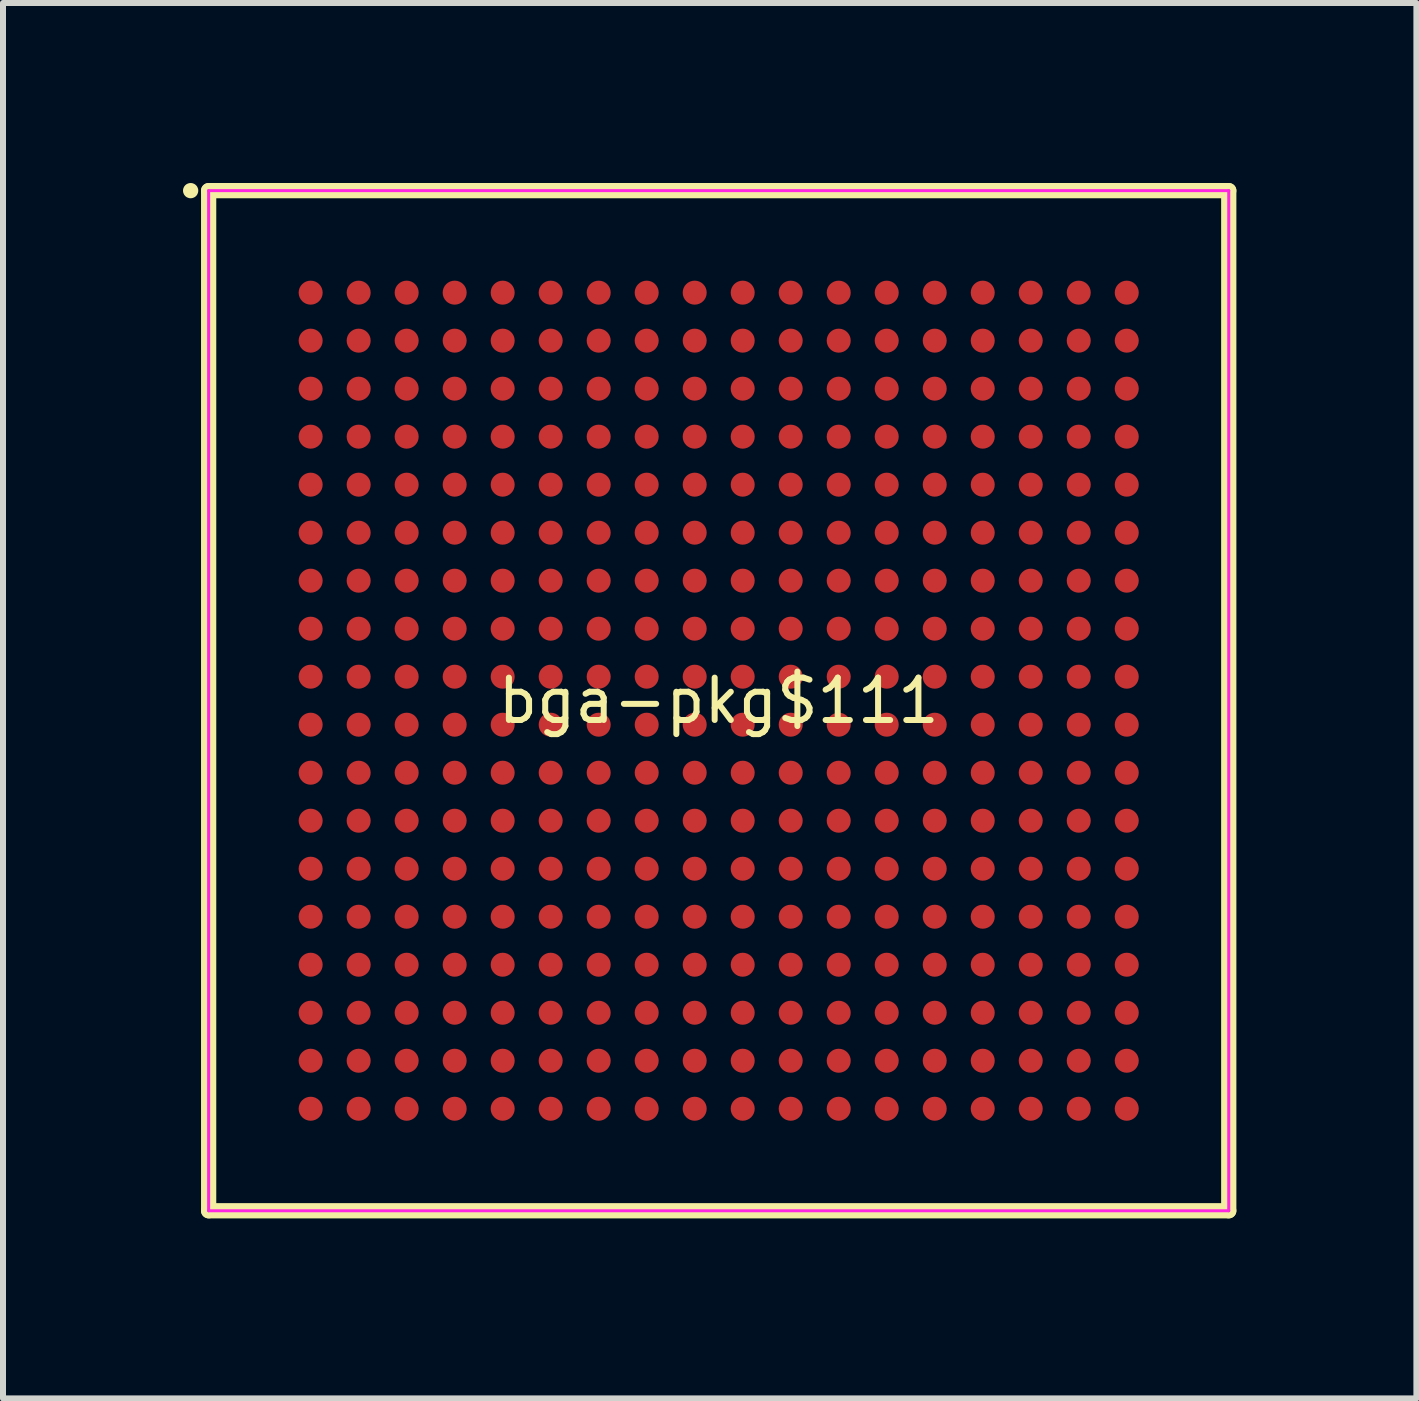
<source format=kicad_pcb>
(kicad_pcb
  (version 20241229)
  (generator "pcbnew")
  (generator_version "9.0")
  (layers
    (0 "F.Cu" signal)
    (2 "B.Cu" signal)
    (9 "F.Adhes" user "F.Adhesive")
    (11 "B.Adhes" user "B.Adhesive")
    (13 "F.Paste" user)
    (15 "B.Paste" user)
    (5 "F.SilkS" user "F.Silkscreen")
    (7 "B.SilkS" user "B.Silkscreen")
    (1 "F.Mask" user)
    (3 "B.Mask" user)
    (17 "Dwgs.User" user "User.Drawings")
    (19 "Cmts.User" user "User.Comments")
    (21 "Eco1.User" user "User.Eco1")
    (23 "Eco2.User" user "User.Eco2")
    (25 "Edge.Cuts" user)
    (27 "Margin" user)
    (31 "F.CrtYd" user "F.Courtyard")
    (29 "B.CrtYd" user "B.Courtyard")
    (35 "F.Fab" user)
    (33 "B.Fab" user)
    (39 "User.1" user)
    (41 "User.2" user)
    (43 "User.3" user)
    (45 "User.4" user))
  (footprint "bga-pkg$111"
    (layer "F.Cu")
    (at 8.927 8.627)
    (property "Reference" "bga-pkg$111" (at 0 0 0) (layer "F.SilkS") (effects (font (size 0.706 0.706) (thickness 0.1))))
    (attr through_hole)
    (fp_line (start -8.5 -8.5) (end -8.5 8.5) (stroke (width 0.254) (type solid)) (layer "F.SilkS"))
    (fp_line (start -8.5 8.5) (end 8.5 8.5) (stroke (width 0.254) (type solid)) (layer "F.SilkS"))
    (fp_line (start 8.5 -8.5) (end -8.5 -8.5) (stroke (width 0.254) (type solid)) (layer "F.SilkS"))
    (fp_line (start 8.5 8.5) (end 8.5 -8.5) (stroke (width 0.254) (type solid)) (layer "F.SilkS"))
    (fp_poly (pts (xy -8.673 -8.5) (xy -8.675 -8.525) (xy -8.683 -8.549) (xy -8.694 -8.571) (xy -8.71 -8.59) (xy -8.729 -8.606) (xy -8.751 -8.617) (xy -8.775 -8.625) (xy -8.8 -8.627) (xy -8.825 -8.625) (xy -8.849 -8.617) (xy -8.871 -8.606) (xy -8.89 -8.59) (xy -8.906 -8.571) (xy -8.917 -8.549) (xy -8.925 -8.525) (xy -8.927 -8.5) (xy -8.925 -8.475) (xy -8.917 -8.451) (xy -8.906 -8.429) (xy -8.89 -8.41) (xy -8.871 -8.394) (xy -8.849 -8.383) (xy -8.825 -8.375) (xy -8.8 -8.373) (xy -8.775 -8.375) (xy -8.751 -8.383) (xy -8.729 -8.394) (xy -8.71 -8.41) (xy -8.694 -8.429) (xy -8.683 -8.451) (xy -8.675 -8.475)) (stroke (width 0) (type solid)) (fill yes) (layer "F.SilkS"))
    (fp_line (start -8.5 -8.5) (end -8.5 8.5) (stroke (width 0.05) (type solid)) (layer "F.CrtYd"))
    (fp_line (start -8.5 8.5) (end 8.5 8.5) (stroke (width 0.05) (type solid)) (layer "F.CrtYd"))
    (fp_line (start 8.5 -8.5) (end -8.5 -8.5) (stroke (width 0.05) (type solid)) (layer "F.CrtYd"))
    (fp_line (start 8.5 8.5) (end 8.5 -8.5) (stroke (width 0.05) (type solid)) (layer "F.CrtYd"))
    (pad "A1" smd circle (at -6.8 -6.8) (size 0.4 0.4) (layers "F.Cu" "F.Mask" "F.Paste"))
    (pad "A2" smd circle (at -6 -6.8) (size 0.4 0.4) (layers "F.Cu" "F.Mask" "F.Paste"))
    (pad "A3" smd circle (at -5.2 -6.8) (size 0.4 0.4) (layers "F.Cu" "F.Mask" "F.Paste"))
    (pad "A4" smd circle (at -4.4 -6.8) (size 0.4 0.4) (layers "F.Cu" "F.Mask" "F.Paste"))
    (pad "A5" smd circle (at -3.6 -6.8) (size 0.4 0.4) (layers "F.Cu" "F.Mask" "F.Paste"))
    (pad "A6" smd circle (at -2.8 -6.8) (size 0.4 0.4) (layers "F.Cu" "F.Mask" "F.Paste"))
    (pad "A7" smd circle (at -2 -6.8) (size 0.4 0.4) (layers "F.Cu" "F.Mask" "F.Paste"))
    (pad "A8" smd circle (at -1.2 -6.8) (size 0.4 0.4) (layers "F.Cu" "F.Mask" "F.Paste"))
    (pad "A9" smd circle (at -0.4 -6.8) (size 0.4 0.4) (layers "F.Cu" "F.Mask" "F.Paste"))
    (pad "A10" smd circle (at 0.4 -6.8) (size 0.4 0.4) (layers "F.Cu" "F.Mask" "F.Paste"))
    (pad "A11" smd circle (at 1.2 -6.8) (size 0.4 0.4) (layers "F.Cu" "F.Mask" "F.Paste"))
    (pad "A12" smd circle (at 2 -6.8) (size 0.4 0.4) (layers "F.Cu" "F.Mask" "F.Paste"))
    (pad "A13" smd circle (at 2.8 -6.8) (size 0.4 0.4) (layers "F.Cu" "F.Mask" "F.Paste"))
    (pad "A14" smd circle (at 3.6 -6.8) (size 0.4 0.4) (layers "F.Cu" "F.Mask" "F.Paste"))
    (pad "A15" smd circle (at 4.4 -6.8) (size 0.4 0.4) (layers "F.Cu" "F.Mask" "F.Paste"))
    (pad "A16" smd circle (at 5.2 -6.8) (size 0.4 0.4) (layers "F.Cu" "F.Mask" "F.Paste"))
    (pad "A17" smd circle (at 6 -6.8) (size 0.4 0.4) (layers "F.Cu" "F.Mask" "F.Paste"))
    (pad "A18" smd circle (at 6.8 -6.8) (size 0.4 0.4) (layers "F.Cu" "F.Mask" "F.Paste"))
    (pad "B1" smd circle (at -6.8 -6) (size 0.4 0.4) (layers "F.Cu" "F.Mask" "F.Paste"))
    (pad "B2" smd circle (at -6 -6) (size 0.4 0.4) (layers "F.Cu" "F.Mask" "F.Paste"))
    (pad "B3" smd circle (at -5.2 -6) (size 0.4 0.4) (layers "F.Cu" "F.Mask" "F.Paste"))
    (pad "B4" smd circle (at -4.4 -6) (size 0.4 0.4) (layers "F.Cu" "F.Mask" "F.Paste"))
    (pad "B5" smd circle (at -3.6 -6) (size 0.4 0.4) (layers "F.Cu" "F.Mask" "F.Paste"))
    (pad "B6" smd circle (at -2.8 -6) (size 0.4 0.4) (layers "F.Cu" "F.Mask" "F.Paste"))
    (pad "B7" smd circle (at -2 -6) (size 0.4 0.4) (layers "F.Cu" "F.Mask" "F.Paste"))
    (pad "B8" smd circle (at -1.2 -6) (size 0.4 0.4) (layers "F.Cu" "F.Mask" "F.Paste"))
    (pad "B9" smd circle (at -0.4 -6) (size 0.4 0.4) (layers "F.Cu" "F.Mask" "F.Paste"))
    (pad "B10" smd circle (at 0.4 -6) (size 0.4 0.4) (layers "F.Cu" "F.Mask" "F.Paste"))
    (pad "B11" smd circle (at 1.2 -6) (size 0.4 0.4) (layers "F.Cu" "F.Mask" "F.Paste"))
    (pad "B12" smd circle (at 2 -6) (size 0.4 0.4) (layers "F.Cu" "F.Mask" "F.Paste"))
    (pad "B13" smd circle (at 2.8 -6) (size 0.4 0.4) (layers "F.Cu" "F.Mask" "F.Paste"))
    (pad "B14" smd circle (at 3.6 -6) (size 0.4 0.4) (layers "F.Cu" "F.Mask" "F.Paste"))
    (pad "B15" smd circle (at 4.4 -6) (size 0.4 0.4) (layers "F.Cu" "F.Mask" "F.Paste"))
    (pad "B16" smd circle (at 5.2 -6) (size 0.4 0.4) (layers "F.Cu" "F.Mask" "F.Paste"))
    (pad "B17" smd circle (at 6 -6) (size 0.4 0.4) (layers "F.Cu" "F.Mask" "F.Paste"))
    (pad "B18" smd circle (at 6.8 -6) (size 0.4 0.4) (layers "F.Cu" "F.Mask" "F.Paste"))
    (pad "C1" smd circle (at -6.8 -5.2) (size 0.4 0.4) (layers "F.Cu" "F.Mask" "F.Paste"))
    (pad "C2" smd circle (at -6 -5.2) (size 0.4 0.4) (layers "F.Cu" "F.Mask" "F.Paste"))
    (pad "C3" smd circle (at -5.2 -5.2) (size 0.4 0.4) (layers "F.Cu" "F.Mask" "F.Paste"))
    (pad "C4" smd circle (at -4.4 -5.2) (size 0.4 0.4) (layers "F.Cu" "F.Mask" "F.Paste"))
    (pad "C5" smd circle (at -3.6 -5.2) (size 0.4 0.4) (layers "F.Cu" "F.Mask" "F.Paste"))
    (pad "C6" smd circle (at -2.8 -5.2) (size 0.4 0.4) (layers "F.Cu" "F.Mask" "F.Paste"))
    (pad "C7" smd circle (at -2 -5.2) (size 0.4 0.4) (layers "F.Cu" "F.Mask" "F.Paste"))
    (pad "C8" smd circle (at -1.2 -5.2) (size 0.4 0.4) (layers "F.Cu" "F.Mask" "F.Paste"))
    (pad "C9" smd circle (at -0.4 -5.2) (size 0.4 0.4) (layers "F.Cu" "F.Mask" "F.Paste"))
    (pad "C10" smd circle (at 0.4 -5.2) (size 0.4 0.4) (layers "F.Cu" "F.Mask" "F.Paste"))
    (pad "C11" smd circle (at 1.2 -5.2) (size 0.4 0.4) (layers "F.Cu" "F.Mask" "F.Paste"))
    (pad "C12" smd circle (at 2 -5.2) (size 0.4 0.4) (layers "F.Cu" "F.Mask" "F.Paste"))
    (pad "C13" smd circle (at 2.8 -5.2) (size 0.4 0.4) (layers "F.Cu" "F.Mask" "F.Paste"))
    (pad "C14" smd circle (at 3.6 -5.2) (size 0.4 0.4) (layers "F.Cu" "F.Mask" "F.Paste"))
    (pad "C15" smd circle (at 4.4 -5.2) (size 0.4 0.4) (layers "F.Cu" "F.Mask" "F.Paste"))
    (pad "C16" smd circle (at 5.2 -5.2) (size 0.4 0.4) (layers "F.Cu" "F.Mask" "F.Paste"))
    (pad "C17" smd circle (at 6 -5.2) (size 0.4 0.4) (layers "F.Cu" "F.Mask" "F.Paste"))
    (pad "C18" smd circle (at 6.8 -5.2) (size 0.4 0.4) (layers "F.Cu" "F.Mask" "F.Paste"))
    (pad "D1" smd circle (at -6.8 -4.4) (size 0.4 0.4) (layers "F.Cu" "F.Mask" "F.Paste"))
    (pad "D2" smd circle (at -6 -4.4) (size 0.4 0.4) (layers "F.Cu" "F.Mask" "F.Paste"))
    (pad "D3" smd circle (at -5.2 -4.4) (size 0.4 0.4) (layers "F.Cu" "F.Mask" "F.Paste"))
    (pad "D4" smd circle (at -4.4 -4.4) (size 0.4 0.4) (layers "F.Cu" "F.Mask" "F.Paste"))
    (pad "D5" smd circle (at -3.6 -4.4) (size 0.4 0.4) (layers "F.Cu" "F.Mask" "F.Paste"))
    (pad "D6" smd circle (at -2.8 -4.4) (size 0.4 0.4) (layers "F.Cu" "F.Mask" "F.Paste"))
    (pad "D7" smd circle (at -2 -4.4) (size 0.4 0.4) (layers "F.Cu" "F.Mask" "F.Paste"))
    (pad "D8" smd circle (at -1.2 -4.4) (size 0.4 0.4) (layers "F.Cu" "F.Mask" "F.Paste"))
    (pad "D9" smd circle (at -0.4 -4.4) (size 0.4 0.4) (layers "F.Cu" "F.Mask" "F.Paste"))
    (pad "D10" smd circle (at 0.4 -4.4) (size 0.4 0.4) (layers "F.Cu" "F.Mask" "F.Paste"))
    (pad "D11" smd circle (at 1.2 -4.4) (size 0.4 0.4) (layers "F.Cu" "F.Mask" "F.Paste"))
    (pad "D12" smd circle (at 2 -4.4) (size 0.4 0.4) (layers "F.Cu" "F.Mask" "F.Paste"))
    (pad "D13" smd circle (at 2.8 -4.4) (size 0.4 0.4) (layers "F.Cu" "F.Mask" "F.Paste"))
    (pad "D14" smd circle (at 3.6 -4.4) (size 0.4 0.4) (layers "F.Cu" "F.Mask" "F.Paste"))
    (pad "D15" smd circle (at 4.4 -4.4) (size 0.4 0.4) (layers "F.Cu" "F.Mask" "F.Paste"))
    (pad "D16" smd circle (at 5.2 -4.4) (size 0.4 0.4) (layers "F.Cu" "F.Mask" "F.Paste"))
    (pad "D17" smd circle (at 6 -4.4) (size 0.4 0.4) (layers "F.Cu" "F.Mask" "F.Paste"))
    (pad "D18" smd circle (at 6.8 -4.4) (size 0.4 0.4) (layers "F.Cu" "F.Mask" "F.Paste"))
    (pad "E1" smd circle (at -6.8 -3.6) (size 0.4 0.4) (layers "F.Cu" "F.Mask" "F.Paste"))
    (pad "E2" smd circle (at -6 -3.6) (size 0.4 0.4) (layers "F.Cu" "F.Mask" "F.Paste"))
    (pad "E3" smd circle (at -5.2 -3.6) (size 0.4 0.4) (layers "F.Cu" "F.Mask" "F.Paste"))
    (pad "E4" smd circle (at -4.4 -3.6) (size 0.4 0.4) (layers "F.Cu" "F.Mask" "F.Paste"))
    (pad "E5" smd circle (at -3.6 -3.6) (size 0.4 0.4) (layers "F.Cu" "F.Mask" "F.Paste"))
    (pad "E6" smd circle (at -2.8 -3.6) (size 0.4 0.4) (layers "F.Cu" "F.Mask" "F.Paste"))
    (pad "E7" smd circle (at -2 -3.6) (size 0.4 0.4) (layers "F.Cu" "F.Mask" "F.Paste"))
    (pad "E8" smd circle (at -1.2 -3.6) (size 0.4 0.4) (layers "F.Cu" "F.Mask" "F.Paste"))
    (pad "E9" smd circle (at -0.4 -3.6) (size 0.4 0.4) (layers "F.Cu" "F.Mask" "F.Paste"))
    (pad "E10" smd circle (at 0.4 -3.6) (size 0.4 0.4) (layers "F.Cu" "F.Mask" "F.Paste"))
    (pad "E11" smd circle (at 1.2 -3.6) (size 0.4 0.4) (layers "F.Cu" "F.Mask" "F.Paste"))
    (pad "E12" smd circle (at 2 -3.6) (size 0.4 0.4) (layers "F.Cu" "F.Mask" "F.Paste"))
    (pad "E13" smd circle (at 2.8 -3.6) (size 0.4 0.4) (layers "F.Cu" "F.Mask" "F.Paste"))
    (pad "E14" smd circle (at 3.6 -3.6) (size 0.4 0.4) (layers "F.Cu" "F.Mask" "F.Paste"))
    (pad "E15" smd circle (at 4.4 -3.6) (size 0.4 0.4) (layers "F.Cu" "F.Mask" "F.Paste"))
    (pad "E16" smd circle (at 5.2 -3.6) (size 0.4 0.4) (layers "F.Cu" "F.Mask" "F.Paste"))
    (pad "E17" smd circle (at 6 -3.6) (size 0.4 0.4) (layers "F.Cu" "F.Mask" "F.Paste"))
    (pad "E18" smd circle (at 6.8 -3.6) (size 0.4 0.4) (layers "F.Cu" "F.Mask" "F.Paste"))
    (pad "F1" smd circle (at -6.8 -2.8) (size 0.4 0.4) (layers "F.Cu" "F.Mask" "F.Paste"))
    (pad "F2" smd circle (at -6 -2.8) (size 0.4 0.4) (layers "F.Cu" "F.Mask" "F.Paste"))
    (pad "F3" smd circle (at -5.2 -2.8) (size 0.4 0.4) (layers "F.Cu" "F.Mask" "F.Paste"))
    (pad "F4" smd circle (at -4.4 -2.8) (size 0.4 0.4) (layers "F.Cu" "F.Mask" "F.Paste"))
    (pad "F5" smd circle (at -3.6 -2.8) (size 0.4 0.4) (layers "F.Cu" "F.Mask" "F.Paste"))
    (pad "F6" smd circle (at -2.8 -2.8) (size 0.4 0.4) (layers "F.Cu" "F.Mask" "F.Paste"))
    (pad "F7" smd circle (at -2 -2.8) (size 0.4 0.4) (layers "F.Cu" "F.Mask" "F.Paste"))
    (pad "F8" smd circle (at -1.2 -2.8) (size 0.4 0.4) (layers "F.Cu" "F.Mask" "F.Paste"))
    (pad "F9" smd circle (at -0.4 -2.8) (size 0.4 0.4) (layers "F.Cu" "F.Mask" "F.Paste"))
    (pad "F10" smd circle (at 0.4 -2.8) (size 0.4 0.4) (layers "F.Cu" "F.Mask" "F.Paste"))
    (pad "F11" smd circle (at 1.2 -2.8) (size 0.4 0.4) (layers "F.Cu" "F.Mask" "F.Paste"))
    (pad "F12" smd circle (at 2 -2.8) (size 0.4 0.4) (layers "F.Cu" "F.Mask" "F.Paste"))
    (pad "F13" smd circle (at 2.8 -2.8) (size 0.4 0.4) (layers "F.Cu" "F.Mask" "F.Paste"))
    (pad "F14" smd circle (at 3.6 -2.8) (size 0.4 0.4) (layers "F.Cu" "F.Mask" "F.Paste"))
    (pad "F15" smd circle (at 4.4 -2.8) (size 0.4 0.4) (layers "F.Cu" "F.Mask" "F.Paste"))
    (pad "F16" smd circle (at 5.2 -2.8) (size 0.4 0.4) (layers "F.Cu" "F.Mask" "F.Paste"))
    (pad "F17" smd circle (at 6 -2.8) (size 0.4 0.4) (layers "F.Cu" "F.Mask" "F.Paste"))
    (pad "F18" smd circle (at 6.8 -2.8) (size 0.4 0.4) (layers "F.Cu" "F.Mask" "F.Paste"))
    (pad "G1" smd circle (at -6.8 -2) (size 0.4 0.4) (layers "F.Cu" "F.Mask" "F.Paste"))
    (pad "G2" smd circle (at -6 -2) (size 0.4 0.4) (layers "F.Cu" "F.Mask" "F.Paste"))
    (pad "G3" smd circle (at -5.2 -2) (size 0.4 0.4) (layers "F.Cu" "F.Mask" "F.Paste"))
    (pad "G4" smd circle (at -4.4 -2) (size 0.4 0.4) (layers "F.Cu" "F.Mask" "F.Paste"))
    (pad "G5" smd circle (at -3.6 -2) (size 0.4 0.4) (layers "F.Cu" "F.Mask" "F.Paste"))
    (pad "G6" smd circle (at -2.8 -2) (size 0.4 0.4) (layers "F.Cu" "F.Mask" "F.Paste"))
    (pad "G7" smd circle (at -2 -2) (size 0.4 0.4) (layers "F.Cu" "F.Mask" "F.Paste"))
    (pad "G8" smd circle (at -1.2 -2) (size 0.4 0.4) (layers "F.Cu" "F.Mask" "F.Paste"))
    (pad "G9" smd circle (at -0.4 -2) (size 0.4 0.4) (layers "F.Cu" "F.Mask" "F.Paste"))
    (pad "G10" smd circle (at 0.4 -2) (size 0.4 0.4) (layers "F.Cu" "F.Mask" "F.Paste"))
    (pad "G11" smd circle (at 1.2 -2) (size 0.4 0.4) (layers "F.Cu" "F.Mask" "F.Paste"))
    (pad "G12" smd circle (at 2 -2) (size 0.4 0.4) (layers "F.Cu" "F.Mask" "F.Paste"))
    (pad "G13" smd circle (at 2.8 -2) (size 0.4 0.4) (layers "F.Cu" "F.Mask" "F.Paste"))
    (pad "G14" smd circle (at 3.6 -2) (size 0.4 0.4) (layers "F.Cu" "F.Mask" "F.Paste"))
    (pad "G15" smd circle (at 4.4 -2) (size 0.4 0.4) (layers "F.Cu" "F.Mask" "F.Paste"))
    (pad "G16" smd circle (at 5.2 -2) (size 0.4 0.4) (layers "F.Cu" "F.Mask" "F.Paste"))
    (pad "G17" smd circle (at 6 -2) (size 0.4 0.4) (layers "F.Cu" "F.Mask" "F.Paste"))
    (pad "G18" smd circle (at 6.8 -2) (size 0.4 0.4) (layers "F.Cu" "F.Mask" "F.Paste"))
    (pad "H1" smd circle (at -6.8 -1.2) (size 0.4 0.4) (layers "F.Cu" "F.Mask" "F.Paste"))
    (pad "H2" smd circle (at -6 -1.2) (size 0.4 0.4) (layers "F.Cu" "F.Mask" "F.Paste"))
    (pad "H3" smd circle (at -5.2 -1.2) (size 0.4 0.4) (layers "F.Cu" "F.Mask" "F.Paste"))
    (pad "H4" smd circle (at -4.4 -1.2) (size 0.4 0.4) (layers "F.Cu" "F.Mask" "F.Paste"))
    (pad "H5" smd circle (at -3.6 -1.2) (size 0.4 0.4) (layers "F.Cu" "F.Mask" "F.Paste"))
    (pad "H6" smd circle (at -2.8 -1.2) (size 0.4 0.4) (layers "F.Cu" "F.Mask" "F.Paste"))
    (pad "H7" smd circle (at -2 -1.2) (size 0.4 0.4) (layers "F.Cu" "F.Mask" "F.Paste"))
    (pad "H8" smd circle (at -1.2 -1.2) (size 0.4 0.4) (layers "F.Cu" "F.Mask" "F.Paste"))
    (pad "H9" smd circle (at -0.4 -1.2) (size 0.4 0.4) (layers "F.Cu" "F.Mask" "F.Paste"))
    (pad "H10" smd circle (at 0.4 -1.2) (size 0.4 0.4) (layers "F.Cu" "F.Mask" "F.Paste"))
    (pad "H11" smd circle (at 1.2 -1.2) (size 0.4 0.4) (layers "F.Cu" "F.Mask" "F.Paste"))
    (pad "H12" smd circle (at 2 -1.2) (size 0.4 0.4) (layers "F.Cu" "F.Mask" "F.Paste"))
    (pad "H13" smd circle (at 2.8 -1.2) (size 0.4 0.4) (layers "F.Cu" "F.Mask" "F.Paste"))
    (pad "H14" smd circle (at 3.6 -1.2) (size 0.4 0.4) (layers "F.Cu" "F.Mask" "F.Paste"))
    (pad "H15" smd circle (at 4.4 -1.2) (size 0.4 0.4) (layers "F.Cu" "F.Mask" "F.Paste"))
    (pad "H16" smd circle (at 5.2 -1.2) (size 0.4 0.4) (layers "F.Cu" "F.Mask" "F.Paste"))
    (pad "H17" smd circle (at 6 -1.2) (size 0.4 0.4) (layers "F.Cu" "F.Mask" "F.Paste"))
    (pad "H18" smd circle (at 6.8 -1.2) (size 0.4 0.4) (layers "F.Cu" "F.Mask" "F.Paste"))
    (pad "J1" smd circle (at -6.8 -0.4) (size 0.4 0.4) (layers "F.Cu" "F.Mask" "F.Paste"))
    (pad "J2" smd circle (at -6 -0.4) (size 0.4 0.4) (layers "F.Cu" "F.Mask" "F.Paste"))
    (pad "J3" smd circle (at -5.2 -0.4) (size 0.4 0.4) (layers "F.Cu" "F.Mask" "F.Paste"))
    (pad "J4" smd circle (at -4.4 -0.4) (size 0.4 0.4) (layers "F.Cu" "F.Mask" "F.Paste"))
    (pad "J5" smd circle (at -3.6 -0.4) (size 0.4 0.4) (layers "F.Cu" "F.Mask" "F.Paste"))
    (pad "J6" smd circle (at -2.8 -0.4) (size 0.4 0.4) (layers "F.Cu" "F.Mask" "F.Paste"))
    (pad "J7" smd circle (at -2 -0.4) (size 0.4 0.4) (layers "F.Cu" "F.Mask" "F.Paste"))
    (pad "J8" smd circle (at -1.2 -0.4) (size 0.4 0.4) (layers "F.Cu" "F.Mask" "F.Paste"))
    (pad "J9" smd circle (at -0.4 -0.4) (size 0.4 0.4) (layers "F.Cu" "F.Mask" "F.Paste"))
    (pad "J10" smd circle (at 0.4 -0.4) (size 0.4 0.4) (layers "F.Cu" "F.Mask" "F.Paste"))
    (pad "J11" smd circle (at 1.2 -0.4) (size 0.4 0.4) (layers "F.Cu" "F.Mask" "F.Paste"))
    (pad "J12" smd circle (at 2 -0.4) (size 0.4 0.4) (layers "F.Cu" "F.Mask" "F.Paste"))
    (pad "J13" smd circle (at 2.8 -0.4) (size 0.4 0.4) (layers "F.Cu" "F.Mask" "F.Paste"))
    (pad "J14" smd circle (at 3.6 -0.4) (size 0.4 0.4) (layers "F.Cu" "F.Mask" "F.Paste"))
    (pad "J15" smd circle (at 4.4 -0.4) (size 0.4 0.4) (layers "F.Cu" "F.Mask" "F.Paste"))
    (pad "J16" smd circle (at 5.2 -0.4) (size 0.4 0.4) (layers "F.Cu" "F.Mask" "F.Paste"))
    (pad "J17" smd circle (at 6 -0.4) (size 0.4 0.4) (layers "F.Cu" "F.Mask" "F.Paste"))
    (pad "J18" smd circle (at 6.8 -0.4) (size 0.4 0.4) (layers "F.Cu" "F.Mask" "F.Paste"))
    (pad "K1" smd circle (at -6.8 0.4) (size 0.4 0.4) (layers "F.Cu" "F.Mask" "F.Paste"))
    (pad "K2" smd circle (at -6 0.4) (size 0.4 0.4) (layers "F.Cu" "F.Mask" "F.Paste"))
    (pad "K3" smd circle (at -5.2 0.4) (size 0.4 0.4) (layers "F.Cu" "F.Mask" "F.Paste"))
    (pad "K4" smd circle (at -4.4 0.4) (size 0.4 0.4) (layers "F.Cu" "F.Mask" "F.Paste"))
    (pad "K5" smd circle (at -3.6 0.4) (size 0.4 0.4) (layers "F.Cu" "F.Mask" "F.Paste"))
    (pad "K6" smd circle (at -2.8 0.4) (size 0.4 0.4) (layers "F.Cu" "F.Mask" "F.Paste"))
    (pad "K7" smd circle (at -2 0.4) (size 0.4 0.4) (layers "F.Cu" "F.Mask" "F.Paste"))
    (pad "K8" smd circle (at -1.2 0.4) (size 0.4 0.4) (layers "F.Cu" "F.Mask" "F.Paste"))
    (pad "K9" smd circle (at -0.4 0.4) (size 0.4 0.4) (layers "F.Cu" "F.Mask" "F.Paste"))
    (pad "K10" smd circle (at 0.4 0.4) (size 0.4 0.4) (layers "F.Cu" "F.Mask" "F.Paste"))
    (pad "K11" smd circle (at 1.2 0.4) (size 0.4 0.4) (layers "F.Cu" "F.Mask" "F.Paste"))
    (pad "K12" smd circle (at 2 0.4) (size 0.4 0.4) (layers "F.Cu" "F.Mask" "F.Paste"))
    (pad "K13" smd circle (at 2.8 0.4) (size 0.4 0.4) (layers "F.Cu" "F.Mask" "F.Paste"))
    (pad "K14" smd circle (at 3.6 0.4) (size 0.4 0.4) (layers "F.Cu" "F.Mask" "F.Paste"))
    (pad "K15" smd circle (at 4.4 0.4) (size 0.4 0.4) (layers "F.Cu" "F.Mask" "F.Paste"))
    (pad "K16" smd circle (at 5.2 0.4) (size 0.4 0.4) (layers "F.Cu" "F.Mask" "F.Paste"))
    (pad "K17" smd circle (at 6 0.4) (size 0.4 0.4) (layers "F.Cu" "F.Mask" "F.Paste"))
    (pad "K18" smd circle (at 6.8 0.4) (size 0.4 0.4) (layers "F.Cu" "F.Mask" "F.Paste"))
    (pad "L1" smd circle (at -6.8 1.2) (size 0.4 0.4) (layers "F.Cu" "F.Mask" "F.Paste"))
    (pad "L2" smd circle (at -6 1.2) (size 0.4 0.4) (layers "F.Cu" "F.Mask" "F.Paste"))
    (pad "L3" smd circle (at -5.2 1.2) (size 0.4 0.4) (layers "F.Cu" "F.Mask" "F.Paste"))
    (pad "L4" smd circle (at -4.4 1.2) (size 0.4 0.4) (layers "F.Cu" "F.Mask" "F.Paste"))
    (pad "L5" smd circle (at -3.6 1.2) (size 0.4 0.4) (layers "F.Cu" "F.Mask" "F.Paste"))
    (pad "L6" smd circle (at -2.8 1.2) (size 0.4 0.4) (layers "F.Cu" "F.Mask" "F.Paste"))
    (pad "L7" smd circle (at -2 1.2) (size 0.4 0.4) (layers "F.Cu" "F.Mask" "F.Paste"))
    (pad "L8" smd circle (at -1.2 1.2) (size 0.4 0.4) (layers "F.Cu" "F.Mask" "F.Paste"))
    (pad "L9" smd circle (at -0.4 1.2) (size 0.4 0.4) (layers "F.Cu" "F.Mask" "F.Paste"))
    (pad "L10" smd circle (at 0.4 1.2) (size 0.4 0.4) (layers "F.Cu" "F.Mask" "F.Paste"))
    (pad "L11" smd circle (at 1.2 1.2) (size 0.4 0.4) (layers "F.Cu" "F.Mask" "F.Paste"))
    (pad "L12" smd circle (at 2 1.2) (size 0.4 0.4) (layers "F.Cu" "F.Mask" "F.Paste"))
    (pad "L13" smd circle (at 2.8 1.2) (size 0.4 0.4) (layers "F.Cu" "F.Mask" "F.Paste"))
    (pad "L14" smd circle (at 3.6 1.2) (size 0.4 0.4) (layers "F.Cu" "F.Mask" "F.Paste"))
    (pad "L15" smd circle (at 4.4 1.2) (size 0.4 0.4) (layers "F.Cu" "F.Mask" "F.Paste"))
    (pad "L16" smd circle (at 5.2 1.2) (size 0.4 0.4) (layers "F.Cu" "F.Mask" "F.Paste"))
    (pad "L17" smd circle (at 6 1.2) (size 0.4 0.4) (layers "F.Cu" "F.Mask" "F.Paste"))
    (pad "L18" smd circle (at 6.8 1.2) (size 0.4 0.4) (layers "F.Cu" "F.Mask" "F.Paste"))
    (pad "M1" smd circle (at -6.8 2) (size 0.4 0.4) (layers "F.Cu" "F.Mask" "F.Paste"))
    (pad "M2" smd circle (at -6 2) (size 0.4 0.4) (layers "F.Cu" "F.Mask" "F.Paste"))
    (pad "M3" smd circle (at -5.2 2) (size 0.4 0.4) (layers "F.Cu" "F.Mask" "F.Paste"))
    (pad "M4" smd circle (at -4.4 2) (size 0.4 0.4) (layers "F.Cu" "F.Mask" "F.Paste"))
    (pad "M5" smd circle (at -3.6 2) (size 0.4 0.4) (layers "F.Cu" "F.Mask" "F.Paste"))
    (pad "M6" smd circle (at -2.8 2) (size 0.4 0.4) (layers "F.Cu" "F.Mask" "F.Paste"))
    (pad "M7" smd circle (at -2 2) (size 0.4 0.4) (layers "F.Cu" "F.Mask" "F.Paste"))
    (pad "M8" smd circle (at -1.2 2) (size 0.4 0.4) (layers "F.Cu" "F.Mask" "F.Paste"))
    (pad "M9" smd circle (at -0.4 2) (size 0.4 0.4) (layers "F.Cu" "F.Mask" "F.Paste"))
    (pad "M10" smd circle (at 0.4 2) (size 0.4 0.4) (layers "F.Cu" "F.Mask" "F.Paste"))
    (pad "M11" smd circle (at 1.2 2) (size 0.4 0.4) (layers "F.Cu" "F.Mask" "F.Paste"))
    (pad "M12" smd circle (at 2 2) (size 0.4 0.4) (layers "F.Cu" "F.Mask" "F.Paste"))
    (pad "M13" smd circle (at 2.8 2) (size 0.4 0.4) (layers "F.Cu" "F.Mask" "F.Paste"))
    (pad "M14" smd circle (at 3.6 2) (size 0.4 0.4) (layers "F.Cu" "F.Mask" "F.Paste"))
    (pad "M15" smd circle (at 4.4 2) (size 0.4 0.4) (layers "F.Cu" "F.Mask" "F.Paste"))
    (pad "M16" smd circle (at 5.2 2) (size 0.4 0.4) (layers "F.Cu" "F.Mask" "F.Paste"))
    (pad "M17" smd circle (at 6 2) (size 0.4 0.4) (layers "F.Cu" "F.Mask" "F.Paste"))
    (pad "M18" smd circle (at 6.8 2) (size 0.4 0.4) (layers "F.Cu" "F.Mask" "F.Paste"))
    (pad "N1" smd circle (at -6.8 2.8) (size 0.4 0.4) (layers "F.Cu" "F.Mask" "F.Paste"))
    (pad "N2" smd circle (at -6 2.8) (size 0.4 0.4) (layers "F.Cu" "F.Mask" "F.Paste"))
    (pad "N3" smd circle (at -5.2 2.8) (size 0.4 0.4) (layers "F.Cu" "F.Mask" "F.Paste"))
    (pad "N4" smd circle (at -4.4 2.8) (size 0.4 0.4) (layers "F.Cu" "F.Mask" "F.Paste"))
    (pad "N5" smd circle (at -3.6 2.8) (size 0.4 0.4) (layers "F.Cu" "F.Mask" "F.Paste"))
    (pad "N6" smd circle (at -2.8 2.8) (size 0.4 0.4) (layers "F.Cu" "F.Mask" "F.Paste"))
    (pad "N7" smd circle (at -2 2.8) (size 0.4 0.4) (layers "F.Cu" "F.Mask" "F.Paste"))
    (pad "N8" smd circle (at -1.2 2.8) (size 0.4 0.4) (layers "F.Cu" "F.Mask" "F.Paste"))
    (pad "N9" smd circle (at -0.4 2.8) (size 0.4 0.4) (layers "F.Cu" "F.Mask" "F.Paste"))
    (pad "N10" smd circle (at 0.4 2.8) (size 0.4 0.4) (layers "F.Cu" "F.Mask" "F.Paste"))
    (pad "N11" smd circle (at 1.2 2.8) (size 0.4 0.4) (layers "F.Cu" "F.Mask" "F.Paste"))
    (pad "N12" smd circle (at 2 2.8) (size 0.4 0.4) (layers "F.Cu" "F.Mask" "F.Paste"))
    (pad "N13" smd circle (at 2.8 2.8) (size 0.4 0.4) (layers "F.Cu" "F.Mask" "F.Paste"))
    (pad "N14" smd circle (at 3.6 2.8) (size 0.4 0.4) (layers "F.Cu" "F.Mask" "F.Paste"))
    (pad "N15" smd circle (at 4.4 2.8) (size 0.4 0.4) (layers "F.Cu" "F.Mask" "F.Paste"))
    (pad "N16" smd circle (at 5.2 2.8) (size 0.4 0.4) (layers "F.Cu" "F.Mask" "F.Paste"))
    (pad "N17" smd circle (at 6 2.8) (size 0.4 0.4) (layers "F.Cu" "F.Mask" "F.Paste"))
    (pad "N18" smd circle (at 6.8 2.8) (size 0.4 0.4) (layers "F.Cu" "F.Mask" "F.Paste"))
    (pad "P1" smd circle (at -6.8 3.6) (size 0.4 0.4) (layers "F.Cu" "F.Mask" "F.Paste"))
    (pad "P2" smd circle (at -6 3.6) (size 0.4 0.4) (layers "F.Cu" "F.Mask" "F.Paste"))
    (pad "P3" smd circle (at -5.2 3.6) (size 0.4 0.4) (layers "F.Cu" "F.Mask" "F.Paste"))
    (pad "P4" smd circle (at -4.4 3.6) (size 0.4 0.4) (layers "F.Cu" "F.Mask" "F.Paste"))
    (pad "P5" smd circle (at -3.6 3.6) (size 0.4 0.4) (layers "F.Cu" "F.Mask" "F.Paste"))
    (pad "P6" smd circle (at -2.8 3.6) (size 0.4 0.4) (layers "F.Cu" "F.Mask" "F.Paste"))
    (pad "P7" smd circle (at -2 3.6) (size 0.4 0.4) (layers "F.Cu" "F.Mask" "F.Paste"))
    (pad "P8" smd circle (at -1.2 3.6) (size 0.4 0.4) (layers "F.Cu" "F.Mask" "F.Paste"))
    (pad "P9" smd circle (at -0.4 3.6) (size 0.4 0.4) (layers "F.Cu" "F.Mask" "F.Paste"))
    (pad "P10" smd circle (at 0.4 3.6) (size 0.4 0.4) (layers "F.Cu" "F.Mask" "F.Paste"))
    (pad "P11" smd circle (at 1.2 3.6) (size 0.4 0.4) (layers "F.Cu" "F.Mask" "F.Paste"))
    (pad "P12" smd circle (at 2 3.6) (size 0.4 0.4) (layers "F.Cu" "F.Mask" "F.Paste"))
    (pad "P13" smd circle (at 2.8 3.6) (size 0.4 0.4) (layers "F.Cu" "F.Mask" "F.Paste"))
    (pad "P14" smd circle (at 3.6 3.6) (size 0.4 0.4) (layers "F.Cu" "F.Mask" "F.Paste"))
    (pad "P15" smd circle (at 4.4 3.6) (size 0.4 0.4) (layers "F.Cu" "F.Mask" "F.Paste"))
    (pad "P16" smd circle (at 5.2 3.6) (size 0.4 0.4) (layers "F.Cu" "F.Mask" "F.Paste"))
    (pad "P17" smd circle (at 6 3.6) (size 0.4 0.4) (layers "F.Cu" "F.Mask" "F.Paste"))
    (pad "P18" smd circle (at 6.8 3.6) (size 0.4 0.4) (layers "F.Cu" "F.Mask" "F.Paste"))
    (pad "R1" smd circle (at -6.8 4.4) (size 0.4 0.4) (layers "F.Cu" "F.Mask" "F.Paste"))
    (pad "R2" smd circle (at -6 4.4) (size 0.4 0.4) (layers "F.Cu" "F.Mask" "F.Paste"))
    (pad "R3" smd circle (at -5.2 4.4) (size 0.4 0.4) (layers "F.Cu" "F.Mask" "F.Paste"))
    (pad "R4" smd circle (at -4.4 4.4) (size 0.4 0.4) (layers "F.Cu" "F.Mask" "F.Paste"))
    (pad "R5" smd circle (at -3.6 4.4) (size 0.4 0.4) (layers "F.Cu" "F.Mask" "F.Paste"))
    (pad "R6" smd circle (at -2.8 4.4) (size 0.4 0.4) (layers "F.Cu" "F.Mask" "F.Paste"))
    (pad "R7" smd circle (at -2 4.4) (size 0.4 0.4) (layers "F.Cu" "F.Mask" "F.Paste"))
    (pad "R8" smd circle (at -1.2 4.4) (size 0.4 0.4) (layers "F.Cu" "F.Mask" "F.Paste"))
    (pad "R9" smd circle (at -0.4 4.4) (size 0.4 0.4) (layers "F.Cu" "F.Mask" "F.Paste"))
    (pad "R10" smd circle (at 0.4 4.4) (size 0.4 0.4) (layers "F.Cu" "F.Mask" "F.Paste"))
    (pad "R11" smd circle (at 1.2 4.4) (size 0.4 0.4) (layers "F.Cu" "F.Mask" "F.Paste"))
    (pad "R12" smd circle (at 2 4.4) (size 0.4 0.4) (layers "F.Cu" "F.Mask" "F.Paste"))
    (pad "R13" smd circle (at 2.8 4.4) (size 0.4 0.4) (layers "F.Cu" "F.Mask" "F.Paste"))
    (pad "R14" smd circle (at 3.6 4.4) (size 0.4 0.4) (layers "F.Cu" "F.Mask" "F.Paste"))
    (pad "R15" smd circle (at 4.4 4.4) (size 0.4 0.4) (layers "F.Cu" "F.Mask" "F.Paste"))
    (pad "R16" smd circle (at 5.2 4.4) (size 0.4 0.4) (layers "F.Cu" "F.Mask" "F.Paste"))
    (pad "R17" smd circle (at 6 4.4) (size 0.4 0.4) (layers "F.Cu" "F.Mask" "F.Paste"))
    (pad "R18" smd circle (at 6.8 4.4) (size 0.4 0.4) (layers "F.Cu" "F.Mask" "F.Paste"))
    (pad "T1" smd circle (at -6.8 5.2) (size 0.4 0.4) (layers "F.Cu" "F.Mask" "F.Paste"))
    (pad "T2" smd circle (at -6 5.2) (size 0.4 0.4) (layers "F.Cu" "F.Mask" "F.Paste"))
    (pad "T3" smd circle (at -5.2 5.2) (size 0.4 0.4) (layers "F.Cu" "F.Mask" "F.Paste"))
    (pad "T4" smd circle (at -4.4 5.2) (size 0.4 0.4) (layers "F.Cu" "F.Mask" "F.Paste"))
    (pad "T5" smd circle (at -3.6 5.2) (size 0.4 0.4) (layers "F.Cu" "F.Mask" "F.Paste"))
    (pad "T6" smd circle (at -2.8 5.2) (size 0.4 0.4) (layers "F.Cu" "F.Mask" "F.Paste"))
    (pad "T7" smd circle (at -2 5.2) (size 0.4 0.4) (layers "F.Cu" "F.Mask" "F.Paste"))
    (pad "T8" smd circle (at -1.2 5.2) (size 0.4 0.4) (layers "F.Cu" "F.Mask" "F.Paste"))
    (pad "T9" smd circle (at -0.4 5.2) (size 0.4 0.4) (layers "F.Cu" "F.Mask" "F.Paste"))
    (pad "T10" smd circle (at 0.4 5.2) (size 0.4 0.4) (layers "F.Cu" "F.Mask" "F.Paste"))
    (pad "T11" smd circle (at 1.2 5.2) (size 0.4 0.4) (layers "F.Cu" "F.Mask" "F.Paste"))
    (pad "T12" smd circle (at 2 5.2) (size 0.4 0.4) (layers "F.Cu" "F.Mask" "F.Paste"))
    (pad "T13" smd circle (at 2.8 5.2) (size 0.4 0.4) (layers "F.Cu" "F.Mask" "F.Paste"))
    (pad "T14" smd circle (at 3.6 5.2) (size 0.4 0.4) (layers "F.Cu" "F.Mask" "F.Paste"))
    (pad "T15" smd circle (at 4.4 5.2) (size 0.4 0.4) (layers "F.Cu" "F.Mask" "F.Paste"))
    (pad "T16" smd circle (at 5.2 5.2) (size 0.4 0.4) (layers "F.Cu" "F.Mask" "F.Paste"))
    (pad "T17" smd circle (at 6 5.2) (size 0.4 0.4) (layers "F.Cu" "F.Mask" "F.Paste"))
    (pad "T18" smd circle (at 6.8 5.2) (size 0.4 0.4) (layers "F.Cu" "F.Mask" "F.Paste"))
    (pad "U1" smd circle (at -6.8 6) (size 0.4 0.4) (layers "F.Cu" "F.Mask" "F.Paste"))
    (pad "U2" smd circle (at -6 6) (size 0.4 0.4) (layers "F.Cu" "F.Mask" "F.Paste"))
    (pad "U3" smd circle (at -5.2 6) (size 0.4 0.4) (layers "F.Cu" "F.Mask" "F.Paste"))
    (pad "U4" smd circle (at -4.4 6) (size 0.4 0.4) (layers "F.Cu" "F.Mask" "F.Paste"))
    (pad "U5" smd circle (at -3.6 6) (size 0.4 0.4) (layers "F.Cu" "F.Mask" "F.Paste"))
    (pad "U6" smd circle (at -2.8 6) (size 0.4 0.4) (layers "F.Cu" "F.Mask" "F.Paste"))
    (pad "U7" smd circle (at -2 6) (size 0.4 0.4) (layers "F.Cu" "F.Mask" "F.Paste"))
    (pad "U8" smd circle (at -1.2 6) (size 0.4 0.4) (layers "F.Cu" "F.Mask" "F.Paste"))
    (pad "U9" smd circle (at -0.4 6) (size 0.4 0.4) (layers "F.Cu" "F.Mask" "F.Paste"))
    (pad "U10" smd circle (at 0.4 6) (size 0.4 0.4) (layers "F.Cu" "F.Mask" "F.Paste"))
    (pad "U11" smd circle (at 1.2 6) (size 0.4 0.4) (layers "F.Cu" "F.Mask" "F.Paste"))
    (pad "U12" smd circle (at 2 6) (size 0.4 0.4) (layers "F.Cu" "F.Mask" "F.Paste"))
    (pad "U13" smd circle (at 2.8 6) (size 0.4 0.4) (layers "F.Cu" "F.Mask" "F.Paste"))
    (pad "U14" smd circle (at 3.6 6) (size 0.4 0.4) (layers "F.Cu" "F.Mask" "F.Paste"))
    (pad "U15" smd circle (at 4.4 6) (size 0.4 0.4) (layers "F.Cu" "F.Mask" "F.Paste"))
    (pad "U16" smd circle (at 5.2 6) (size 0.4 0.4) (layers "F.Cu" "F.Mask" "F.Paste"))
    (pad "U17" smd circle (at 6 6) (size 0.4 0.4) (layers "F.Cu" "F.Mask" "F.Paste"))
    (pad "U18" smd circle (at 6.8 6) (size 0.4 0.4) (layers "F.Cu" "F.Mask" "F.Paste"))
    (pad "V1" smd circle (at -6.8 6.8) (size 0.4 0.4) (layers "F.Cu" "F.Mask" "F.Paste"))
    (pad "V2" smd circle (at -6 6.8) (size 0.4 0.4) (layers "F.Cu" "F.Mask" "F.Paste"))
    (pad "V3" smd circle (at -5.2 6.8) (size 0.4 0.4) (layers "F.Cu" "F.Mask" "F.Paste"))
    (pad "V4" smd circle (at -4.4 6.8) (size 0.4 0.4) (layers "F.Cu" "F.Mask" "F.Paste"))
    (pad "V5" smd circle (at -3.6 6.8) (size 0.4 0.4) (layers "F.Cu" "F.Mask" "F.Paste"))
    (pad "V6" smd circle (at -2.8 6.8) (size 0.4 0.4) (layers "F.Cu" "F.Mask" "F.Paste"))
    (pad "V7" smd circle (at -2 6.8) (size 0.4 0.4) (layers "F.Cu" "F.Mask" "F.Paste"))
    (pad "V8" smd circle (at -1.2 6.8) (size 0.4 0.4) (layers "F.Cu" "F.Mask" "F.Paste"))
    (pad "V9" smd circle (at -0.4 6.8) (size 0.4 0.4) (layers "F.Cu" "F.Mask" "F.Paste"))
    (pad "V10" smd circle (at 0.4 6.8) (size 0.4 0.4) (layers "F.Cu" "F.Mask" "F.Paste"))
    (pad "V11" smd circle (at 1.2 6.8) (size 0.4 0.4) (layers "F.Cu" "F.Mask" "F.Paste"))
    (pad "V12" smd circle (at 2 6.8) (size 0.4 0.4) (layers "F.Cu" "F.Mask" "F.Paste"))
    (pad "V13" smd circle (at 2.8 6.8) (size 0.4 0.4) (layers "F.Cu" "F.Mask" "F.Paste"))
    (pad "V14" smd circle (at 3.6 6.8) (size 0.4 0.4) (layers "F.Cu" "F.Mask" "F.Paste"))
    (pad "V15" smd circle (at 4.4 6.8) (size 0.4 0.4) (layers "F.Cu" "F.Mask" "F.Paste"))
    (pad "V16" smd circle (at 5.2 6.8) (size 0.4 0.4) (layers "F.Cu" "F.Mask" "F.Paste"))
    (pad "V17" smd circle (at 6 6.8) (size 0.4 0.4) (layers "F.Cu" "F.Mask" "F.Paste"))
    (pad "V18" smd circle (at 6.8 6.8) (size 0.4 0.4) (layers "F.Cu" "F.Mask" "F.Paste")))
  (gr_rect
    (start -3 -3)
    (end 20.554 20.254)
    (stroke (width 0.1) (type default))
    (fill no)
    (layer "Edge.Cuts")))
</source>
